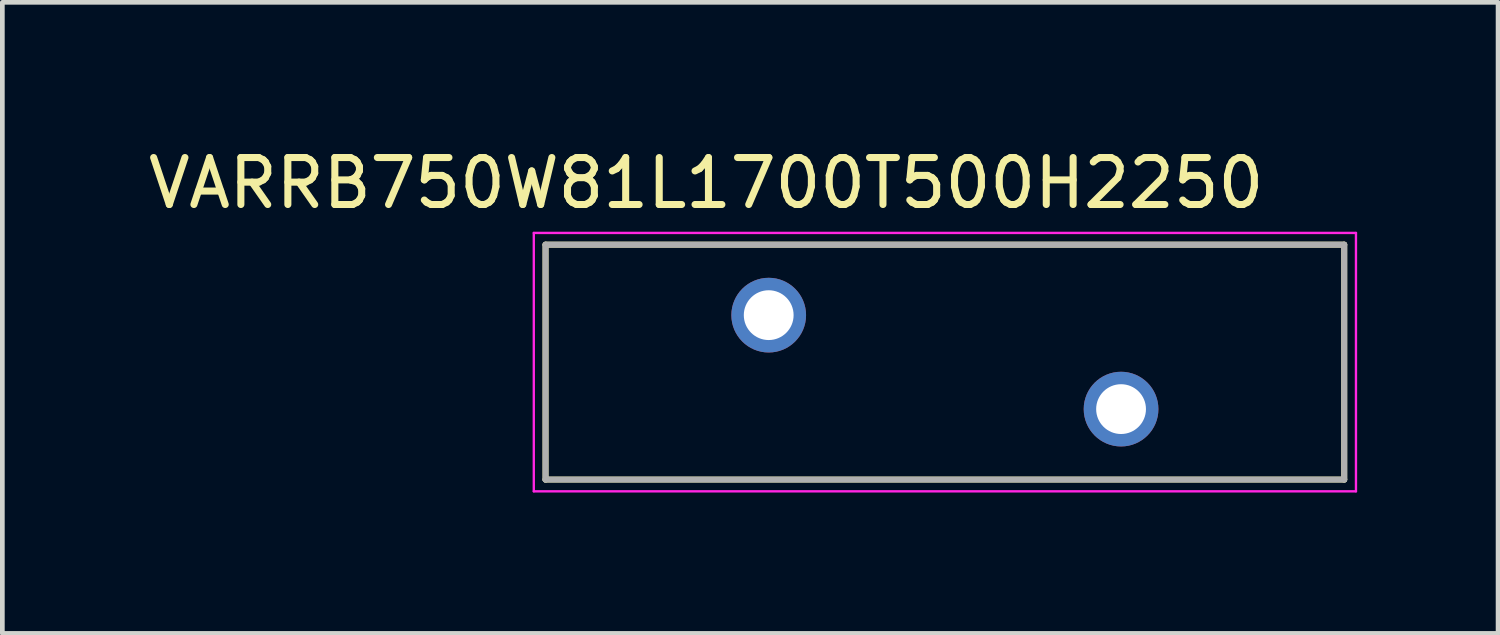
<source format=kicad_pcb>
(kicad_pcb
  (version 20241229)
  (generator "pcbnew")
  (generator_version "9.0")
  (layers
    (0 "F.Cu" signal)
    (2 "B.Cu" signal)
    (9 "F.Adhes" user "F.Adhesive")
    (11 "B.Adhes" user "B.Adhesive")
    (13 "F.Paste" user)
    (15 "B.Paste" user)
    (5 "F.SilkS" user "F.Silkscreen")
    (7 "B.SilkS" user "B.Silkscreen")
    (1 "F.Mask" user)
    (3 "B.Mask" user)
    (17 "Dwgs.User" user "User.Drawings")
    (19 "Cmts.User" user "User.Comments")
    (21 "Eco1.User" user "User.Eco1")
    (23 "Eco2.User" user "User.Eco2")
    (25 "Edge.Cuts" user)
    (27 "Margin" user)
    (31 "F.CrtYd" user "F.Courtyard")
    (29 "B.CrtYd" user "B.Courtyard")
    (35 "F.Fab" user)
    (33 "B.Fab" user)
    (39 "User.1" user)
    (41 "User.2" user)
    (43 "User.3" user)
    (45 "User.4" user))
  (footprint "VARRB750W81L1700T500H2250"
    (layer "F.Cu")
    (at 17.062 4.658)
    (property "Reference" "VARRB750W81L1700T500H2250" (at -5.08 -3.81 0) (layer "F.SilkS") (effects (font (size 1 1) (thickness 0.15))))
    (attr through_hole)
    (fp_line (start -8.5 -2.5) (end -8.5 2.5) (stroke (width 0.127) (type solid)) (layer "F.SilkS"))
    (fp_line (start -8.5 2.5) (end 8.5 2.5) (stroke (width 0.127) (type solid)) (layer "F.SilkS"))
    (fp_line (start 8.5 -2.5) (end -8.5 -2.5) (stroke (width 0.127) (type solid)) (layer "F.SilkS"))
    (fp_line (start 8.5 2.5) (end 8.5 -2.5) (stroke (width 0.127) (type solid)) (layer "F.SilkS"))
    (fp_line (start -8.75 -2.75) (end -8.75 2.75) (stroke (width 0.05) (type solid)) (layer "F.CrtYd"))
    (fp_line (start -8.75 2.75) (end 8.75 2.75) (stroke (width 0.05) (type solid)) (layer "F.CrtYd"))
    (fp_line (start 8.75 -2.75) (end -8.75 -2.75) (stroke (width 0.05) (type solid)) (layer "F.CrtYd"))
    (fp_line (start 8.75 2.75) (end 8.75 -2.75) (stroke (width 0.05) (type solid)) (layer "F.CrtYd"))
    (fp_line (start -8.5 -2.5) (end -8.5 2.5) (stroke (width 0.127) (type solid)) (layer "F.Fab"))
    (fp_line (start -8.5 2.5) (end 8.5 2.5) (stroke (width 0.127) (type solid)) (layer "F.Fab"))
    (fp_line (start 8.5 -2.5) (end -8.5 -2.5) (stroke (width 0.127) (type solid)) (layer "F.Fab"))
    (fp_line (start 8.5 2.5) (end 8.5 -2.5) (stroke (width 0.127) (type solid)) (layer "F.Fab"))
    (pad "1" thru_hole circle (at -3.75 -1) (size 1.59 1.59) (drill 1.06) (layers "*.Cu" "*.Mask"))
    (pad "2" thru_hole circle (at 3.75 1) (size 1.59 1.59) (drill 1.06) (layers "*.Cu" "*.Mask")))
  (gr_rect
    (start -3 -3)
    (end 28.837 10.433)
    (stroke (width 0.1) (type default))
    (fill no)
    (layer "Edge.Cuts")))
</source>
